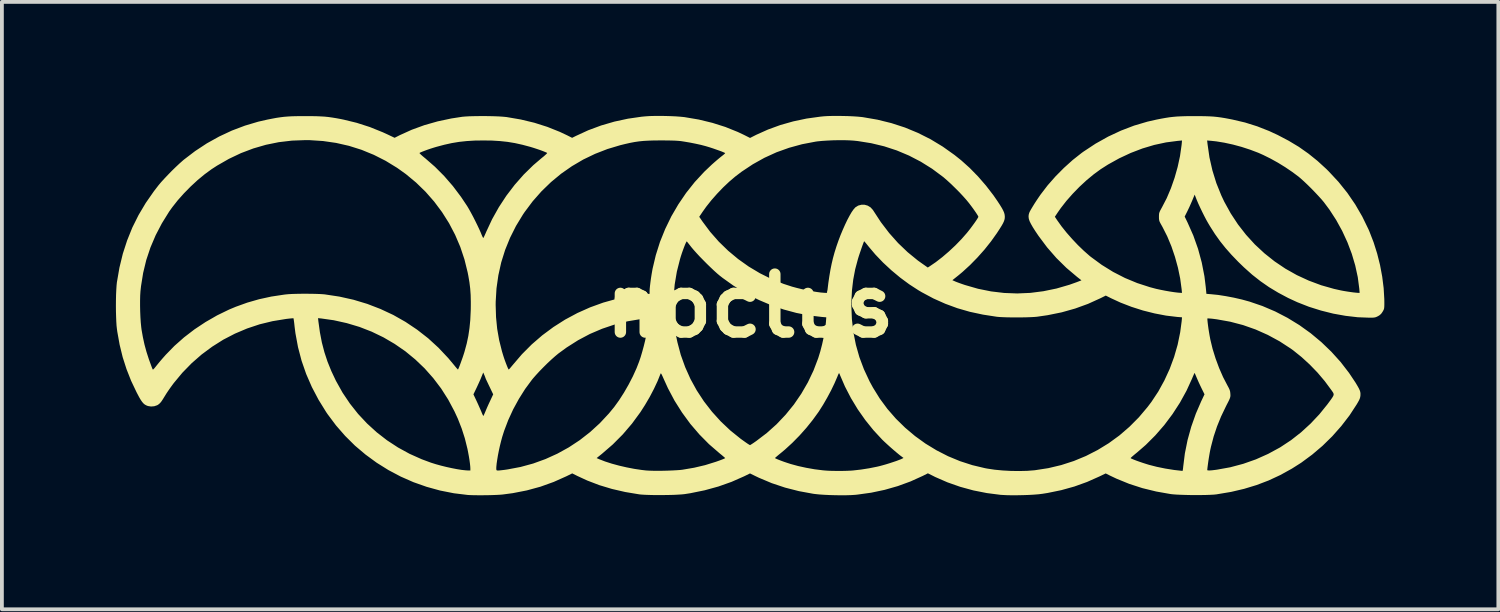
<source format=kicad_pcb>
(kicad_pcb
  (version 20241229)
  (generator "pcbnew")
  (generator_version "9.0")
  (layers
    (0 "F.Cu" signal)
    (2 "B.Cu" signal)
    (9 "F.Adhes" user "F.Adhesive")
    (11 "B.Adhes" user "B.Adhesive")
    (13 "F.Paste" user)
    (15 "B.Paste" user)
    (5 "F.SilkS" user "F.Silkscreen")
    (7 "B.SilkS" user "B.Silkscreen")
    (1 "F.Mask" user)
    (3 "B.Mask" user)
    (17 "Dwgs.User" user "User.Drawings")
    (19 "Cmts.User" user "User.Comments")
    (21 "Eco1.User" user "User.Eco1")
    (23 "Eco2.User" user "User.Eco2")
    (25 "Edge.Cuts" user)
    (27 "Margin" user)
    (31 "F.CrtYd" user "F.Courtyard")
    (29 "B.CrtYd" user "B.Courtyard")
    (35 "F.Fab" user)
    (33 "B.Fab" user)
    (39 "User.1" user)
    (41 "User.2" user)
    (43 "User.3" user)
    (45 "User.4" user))
  (footprint "noctus"
    (layer "F.Cu")
    (at 16.686 4.998)
    (property "Reference" "noctus" (at 0 0 0) (layer "F.SilkS") (effects (font (size 1.524 1.524) (thickness 0.3))))
    (attr through_hole)
    (fp_poly (pts (xy 2.436 -4.996) (xy 2.576 -4.993) (xy 2.711 -4.987) (xy 2.833 -4.979) (xy 2.936 -4.969) (xy 2.969 -4.965) (xy 3.352 -4.899) (xy 3.721 -4.808) (xy 4.078 -4.692) (xy 4.421 -4.55) (xy 4.753 -4.383) (xy 5.072 -4.19) (xy 5.38 -3.971) (xy 5.558 -3.829) (xy 5.782 -3.628) (xy 6.001 -3.404) (xy 6.21 -3.163) (xy 6.405 -2.91) (xy 6.51 -2.758) (xy 6.575 -2.659) (xy 6.624 -2.579) (xy 6.66 -2.513) (xy 6.684 -2.459) (xy 6.698 -2.411) (xy 6.704 -2.365) (xy 6.705 -2.343) (xy 6.703 -2.303) (xy 6.695 -2.263) (xy 6.68 -2.22) (xy 6.656 -2.169) (xy 6.621 -2.107) (xy 6.573 -2.03) (xy 6.511 -1.935) (xy 6.496 -1.912) (xy 6.342 -1.696) (xy 6.17 -1.48) (xy 5.983 -1.27) (xy 5.789 -1.072) (xy 5.592 -0.892) (xy 5.493 -0.809) (xy 5.325 -0.675) (xy 5.401 -0.641) (xy 5.443 -0.624) (xy 5.505 -0.601) (xy 5.578 -0.575) (xy 5.654 -0.549) (xy 5.661 -0.547) (xy 6.001 -0.449) (xy 6.343 -0.38) (xy 6.687 -0.339) (xy 7.032 -0.326) (xy 7.378 -0.341) (xy 7.722 -0.385) (xy 8.066 -0.456) (xy 8.406 -0.555) (xy 8.591 -0.621) (xy 8.722 -0.671) (xy 8.605 -0.763) (xy 8.325 -1) (xy 8.062 -1.259) (xy 7.818 -1.539) (xy 7.592 -1.841) (xy 7.507 -1.967) (xy 7.441 -2.071) (xy 7.392 -2.157) (xy 7.357 -2.228) (xy 7.337 -2.289) (xy 7.33 -2.343) (xy 7.33 -2.344) (xy 8.022 -2.344) (xy 8.086 -2.248) (xy 8.199 -2.09) (xy 8.331 -1.925) (xy 8.477 -1.759) (xy 8.63 -1.597) (xy 8.785 -1.448) (xy 8.936 -1.315) (xy 8.971 -1.287) (xy 9.256 -1.078) (xy 9.555 -0.893) (xy 9.867 -0.733) (xy 10.19 -0.599) (xy 10.523 -0.491) (xy 10.689 -0.447) (xy 10.805 -0.422) (xy 10.926 -0.398) (xy 11.046 -0.377) (xy 11.158 -0.36) (xy 11.256 -0.348) (xy 11.32 -0.343) (xy 11.367 -0.341) (xy 11.358 -0.437) (xy 11.32 -0.718) (xy 11.261 -1.003) (xy 11.183 -1.288) (xy 11.089 -1.565) (xy 10.979 -1.829) (xy 10.855 -2.074) (xy 10.831 -2.117) (xy 10.799 -2.174) (xy 10.778 -2.216) (xy 10.767 -2.252) (xy 10.762 -2.291) (xy 10.761 -2.341) (xy 10.761 -2.344) (xy 10.762 -2.391) (xy 10.765 -2.428) (xy 10.774 -2.461) (xy 10.79 -2.499) (xy 10.817 -2.549) (xy 10.841 -2.593) (xy 10.966 -2.834) (xy 11.077 -3.096) (xy 11.173 -3.371) (xy 11.253 -3.654) (xy 11.315 -3.939) (xy 11.355 -4.219) (xy 11.359 -4.253) (xy 11.368 -4.351) (xy 11.256 -4.341) (xy 10.948 -4.301) (xy 10.637 -4.234) (xy 10.326 -4.141) (xy 10.018 -4.023) (xy 9.716 -3.882) (xy 9.422 -3.719) (xy 9.226 -3.594) (xy 9.042 -3.459) (xy 8.855 -3.304) (xy 8.669 -3.132) (xy 8.491 -2.949) (xy 8.326 -2.762) (xy 8.18 -2.575) (xy 8.1 -2.461) (xy 8.022 -2.344) (xy 7.33 -2.344) (xy 7.333 -2.394) (xy 7.347 -2.445) (xy 7.363 -2.482) (xy 7.394 -2.538) (xy 7.436 -2.608) (xy 7.485 -2.688) (xy 7.541 -2.774) (xy 7.599 -2.86) (xy 7.649 -2.932) (xy 7.832 -3.171) (xy 8.038 -3.405) (xy 8.26 -3.629) (xy 8.492 -3.838) (xy 8.729 -4.025) (xy 8.775 -4.058) (xy 9.095 -4.269) (xy 9.242 -4.351) (xy 12.029 -4.351) (xy 12.039 -4.26) (xy 12.09 -3.906) (xy 12.168 -3.563) (xy 12.271 -3.23) (xy 12.402 -2.905) (xy 12.48 -2.74) (xy 12.65 -2.432) (xy 12.841 -2.142) (xy 13.053 -1.87) (xy 13.285 -1.616) (xy 13.536 -1.383) (xy 13.804 -1.17) (xy 14.089 -0.978) (xy 14.389 -0.809) (xy 14.703 -0.664) (xy 15.03 -0.542) (xy 15.368 -0.446) (xy 15.552 -0.405) (xy 15.627 -0.391) (xy 15.712 -0.377) (xy 15.799 -0.364) (xy 15.88 -0.353) (xy 15.948 -0.346) (xy 15.994 -0.342) (xy 16.042 -0.341) (xy 16.033 -0.451) (xy 15.993 -0.755) (xy 15.926 -1.063) (xy 15.835 -1.37) (xy 15.72 -1.674) (xy 15.583 -1.971) (xy 15.425 -2.258) (xy 15.248 -2.531) (xy 15.101 -2.728) (xy 15.038 -2.803) (xy 14.958 -2.891) (xy 14.868 -2.987) (xy 14.772 -3.086) (xy 14.675 -3.182) (xy 14.581 -3.271) (xy 14.497 -3.347) (xy 14.433 -3.401) (xy 14.268 -3.524) (xy 14.085 -3.648) (xy 13.892 -3.767) (xy 13.695 -3.876) (xy 13.503 -3.971) (xy 13.375 -4.028) (xy 13.161 -4.109) (xy 12.937 -4.182) (xy 12.708 -4.244) (xy 12.483 -4.293) (xy 12.269 -4.328) (xy 12.139 -4.342) (xy 12.029 -4.351) (xy 9.242 -4.351) (xy 9.424 -4.453) (xy 9.762 -4.611) (xy 10.107 -4.743) (xy 10.459 -4.847) (xy 10.697 -4.901) (xy 10.825 -4.926) (xy 10.937 -4.946) (xy 11.039 -4.962) (xy 11.137 -4.973) (xy 11.237 -4.982) (xy 11.344 -4.987) (xy 11.464 -4.991) (xy 11.603 -4.992) (xy 11.698 -4.992) (xy 11.851 -4.992) (xy 11.981 -4.99) (xy 12.095 -4.986) (xy 12.197 -4.98) (xy 12.294 -4.97) (xy 12.392 -4.957) (xy 12.497 -4.94) (xy 12.614 -4.918) (xy 12.7 -4.901) (xy 13.028 -4.824) (xy 13.346 -4.724) (xy 13.659 -4.601) (xy 13.886 -4.496) (xy 14.175 -4.344) (xy 14.443 -4.183) (xy 14.693 -4.007) (xy 14.933 -3.814) (xy 15.168 -3.599) (xy 15.229 -3.538) (xy 15.486 -3.262) (xy 15.718 -2.973) (xy 15.926 -2.669) (xy 16.111 -2.35) (xy 16.275 -2.013) (xy 16.301 -1.952) (xy 16.41 -1.671) (xy 16.503 -1.376) (xy 16.579 -1.073) (xy 16.636 -0.768) (xy 16.674 -0.466) (xy 16.691 -0.175) (xy 16.692 -0.099) (xy 16.692 -0.024) (xy 16.69 0.028) (xy 16.686 0.066) (xy 16.678 0.095) (xy 16.665 0.122) (xy 16.646 0.155) (xy 16.646 0.156) (xy 16.607 0.211) (xy 16.562 0.25) (xy 16.523 0.273) (xy 16.485 0.291) (xy 16.451 0.303) (xy 16.412 0.309) (xy 16.36 0.312) (xy 16.303 0.312) (xy 15.992 0.3) (xy 15.672 0.263) (xy 15.348 0.205) (xy 15.025 0.124) (xy 14.707 0.024) (xy 14.401 -0.096) (xy 14.161 -0.207) (xy 13.9 -0.346) (xy 13.659 -0.491) (xy 13.433 -0.648) (xy 13.214 -0.82) (xy 12.998 -1.013) (xy 12.849 -1.157) (xy 12.671 -1.342) (xy 12.513 -1.521) (xy 12.37 -1.7) (xy 12.236 -1.888) (xy 12.107 -2.09) (xy 12.054 -2.179) (xy 12.007 -2.262) (xy 11.954 -2.363) (xy 11.899 -2.473) (xy 11.845 -2.586) (xy 11.796 -2.692) (xy 11.756 -2.786) (xy 11.741 -2.824) (xy 11.701 -2.927) (xy 11.635 -2.767) (xy 11.6 -2.687) (xy 11.562 -2.601) (xy 11.524 -2.521) (xy 11.503 -2.478) (xy 11.438 -2.349) (xy 11.515 -2.19) (xy 11.666 -1.849) (xy 11.79 -1.499) (xy 11.887 -1.141) (xy 11.958 -0.777) (xy 11.992 -0.5) (xy 12.01 -0.316) (xy 12.131 -0.306) (xy 12.319 -0.287) (xy 12.522 -0.255) (xy 12.733 -0.215) (xy 12.942 -0.167) (xy 13.139 -0.113) (xy 13.14 -0.113) (xy 13.485 0.005) (xy 13.82 0.148) (xy 14.144 0.316) (xy 14.456 0.507) (xy 14.753 0.72) (xy 15.034 0.954) (xy 15.297 1.207) (xy 15.541 1.477) (xy 15.763 1.765) (xy 15.934 2.021) (xy 15.984 2.105) (xy 16.021 2.171) (xy 16.045 2.223) (xy 16.059 2.267) (xy 16.064 2.309) (xy 16.063 2.353) (xy 16.063 2.36) (xy 16.057 2.401) (xy 16.046 2.44) (xy 16.027 2.484) (xy 15.996 2.54) (xy 15.965 2.593) (xy 15.775 2.884) (xy 15.559 3.164) (xy 15.322 3.432) (xy 15.066 3.683) (xy 14.793 3.915) (xy 14.506 4.127) (xy 14.259 4.284) (xy 13.957 4.451) (xy 13.65 4.594) (xy 13.333 4.715) (xy 13.004 4.815) (xy 12.66 4.896) (xy 12.296 4.957) (xy 12.274 4.961) (xy 12.202 4.968) (xy 12.107 4.973) (xy 11.994 4.977) (xy 11.869 4.979) (xy 11.735 4.98) (xy 11.599 4.979) (xy 11.465 4.976) (xy 11.34 4.972) (xy 11.227 4.967) (xy 11.132 4.96) (xy 11.068 4.953) (xy 10.69 4.886) (xy 10.326 4.797) (xy 9.977 4.684) (xy 9.644 4.548) (xy 9.471 4.466) (xy 9.36 4.41) (xy 9.194 4.49) (xy 8.87 4.634) (xy 8.537 4.754) (xy 8.192 4.85) (xy 7.832 4.924) (xy 7.7 4.945) (xy 7.598 4.958) (xy 7.474 4.968) (xy 7.335 4.976) (xy 7.187 4.981) (xy 7.037 4.984) (xy 6.891 4.985) (xy 6.755 4.982) (xy 6.637 4.976) (xy 6.59 4.973) (xy 6.232 4.927) (xy 5.878 4.857) (xy 5.531 4.762) (xy 5.195 4.644) (xy 4.874 4.504) (xy 4.809 4.471) (xy 4.681 4.407) (xy 4.546 4.475) (xy 4.226 4.62) (xy 3.89 4.743) (xy 3.543 4.842) (xy 3.188 4.917) (xy 2.828 4.967) (xy 2.772 4.973) (xy 2.664 4.98) (xy 2.535 4.984) (xy 2.393 4.985) (xy 2.244 4.983) (xy 2.095 4.979) (xy 1.951 4.972) (xy 1.819 4.963) (xy 1.706 4.951) (xy 1.662 4.945) (xy 1.286 4.876) (xy 0.923 4.783) (xy 0.572 4.666) (xy 0.237 4.525) (xy 0.153 4.485) (xy 0 4.41) (xy -0.153 4.485) (xy -0.484 4.631) (xy -0.831 4.754) (xy -1.194 4.854) (xy -1.572 4.931) (xy -1.72 4.954) (xy -1.796 4.962) (xy -1.893 4.968) (xy -2.008 4.974) (xy -2.136 4.977) (xy -2.27 4.979) (xy -2.405 4.98) (xy -2.538 4.979) (xy -2.661 4.976) (xy -2.77 4.972) (xy -2.861 4.966) (xy -2.912 4.961) (xy -3.283 4.899) (xy -3.634 4.818) (xy -3.966 4.718) (xy -4.282 4.597) (xy -4.54 4.478) (xy -4.678 4.409) (xy -4.83 4.484) (xy -5.166 4.634) (xy -5.514 4.759) (xy -5.873 4.857) (xy -6.242 4.929) (xy -6.512 4.965) (xy -6.587 4.971) (xy -6.684 4.976) (xy -6.796 4.98) (xy -6.916 4.983) (xy -7.039 4.984) (xy -7.158 4.984) (xy -7.267 4.983) (xy -7.359 4.98) (xy -7.423 4.977) (xy -7.792 4.932) (xy -8.156 4.86) (xy -8.511 4.762) (xy -8.857 4.64) (xy -9.191 4.493) (xy -9.514 4.322) (xy -9.823 4.129) (xy -10.117 3.914) (xy -10.395 3.679) (xy -10.654 3.422) (xy -10.894 3.147) (xy -11.114 2.853) (xy -11.151 2.799) (xy -11.354 2.471) (xy -11.53 2.136) (xy -11.679 1.794) (xy -11.8 1.445) (xy -11.894 1.087) (xy -11.962 0.72) (xy -11.984 0.547) (xy -11.992 0.472) (xy -12 0.408) (xy -12.007 0.36) (xy -12.012 0.332) (xy -12.013 0.328) (xy -12.028 0.327) (xy -12.066 0.33) (xy -12.122 0.335) (xy -12.191 0.343) (xy -12.214 0.346) (xy -12.563 0.403) (xy -12.904 0.486) (xy -13.234 0.596) (xy -13.553 0.731) (xy -13.86 0.89) (xy -14.152 1.074) (xy -14.43 1.28) (xy -14.692 1.509) (xy -14.937 1.76) (xy -15.163 2.032) (xy -15.201 2.083) (xy -15.254 2.156) (xy -15.309 2.235) (xy -15.36 2.311) (xy -15.399 2.375) (xy -15.4 2.376) (xy -15.448 2.454) (xy -15.486 2.512) (xy -15.52 2.554) (xy -15.552 2.584) (xy -15.586 2.608) (xy -15.603 2.617) (xy -15.678 2.642) (xy -15.762 2.649) (xy -15.844 2.636) (xy -15.891 2.617) (xy -15.929 2.595) (xy -15.963 2.566) (xy -15.996 2.527) (xy -16.033 2.474) (xy -16.074 2.404) (xy -16.122 2.313) (xy -16.142 2.275) (xy -16.286 1.972) (xy -16.407 1.665) (xy -16.508 1.35) (xy -16.588 1.022) (xy -16.65 0.677) (xy -16.659 0.611) (xy -16.669 0.522) (xy -16.676 0.41) (xy -16.681 0.282) (xy -16.685 0.142) (xy -16.686 0.002) (xy -16.05 0.002) (xy -16.047 0.151) (xy -16.041 0.298) (xy -16.032 0.436) (xy -16.02 0.557) (xy -16.012 0.622) (xy -15.976 0.825) (xy -15.934 1.018) (xy -15.882 1.209) (xy -15.819 1.405) (xy -15.742 1.616) (xy -15.724 1.66) (xy -15.718 1.673) (xy -15.709 1.676) (xy -15.694 1.665) (xy -15.67 1.639) (xy -15.633 1.593) (xy -15.618 1.574) (xy -15.573 1.519) (xy -15.516 1.45) (xy -15.453 1.377) (xy -15.39 1.306) (xy -15.378 1.292) (xy -15.147 1.055) (xy -14.893 0.83) (xy -14.618 0.619) (xy -14.327 0.426) (xy -14.149 0.324) (xy -11.367 0.324) (xy -11.358 0.407) (xy -11.318 0.696) (xy -11.266 0.966) (xy -11.199 1.222) (xy -11.117 1.47) (xy -11.017 1.717) (xy -10.898 1.969) (xy -10.891 1.982) (xy -10.721 2.286) (xy -10.527 2.574) (xy -10.313 2.844) (xy -10.078 3.095) (xy -9.824 3.327) (xy -9.552 3.538) (xy -9.263 3.727) (xy -8.958 3.894) (xy -8.638 4.037) (xy -8.395 4.127) (xy -8.268 4.167) (xy -8.131 4.205) (xy -7.989 4.24) (xy -7.847 4.271) (xy -7.713 4.297) (xy -7.59 4.317) (xy -7.484 4.328) (xy -7.426 4.332) (xy -7.359 4.333) (xy -7.359 4.274) (xy -6.677 4.274) (xy -6.675 4.311) (xy -6.667 4.328) (xy -6.643 4.333) (xy -6.623 4.333) (xy -6.589 4.331) (xy -6.535 4.325) (xy -6.466 4.317) (xy -6.391 4.306) (xy -6.378 4.304) (xy -6.038 4.24) (xy -5.705 4.149) (xy -5.382 4.032) (xy -5.325 4.006) (xy -4.036 4.006) (xy -3.968 4.036) (xy -3.813 4.096) (xy -3.636 4.153) (xy -3.445 4.205) (xy -3.245 4.251) (xy -3.044 4.29) (xy -2.848 4.319) (xy -2.735 4.332) (xy -2.653 4.337) (xy -2.55 4.34) (xy -2.431 4.341) (xy -2.304 4.34) (xy -2.175 4.337) (xy -2.049 4.332) (xy -1.935 4.326) (xy -1.837 4.319) (xy -1.776 4.312) (xy -1.472 4.26) (xy -1.182 4.192) (xy -0.896 4.103) (xy -0.795 4.067) (xy -0.737 4.045) (xy -0.69 4.026) (xy -0.661 4.012) (xy -0.653 4.006) (xy -0.655 4.005) (xy 0.657 4.005) (xy 0.668 4.013) (xy 0.701 4.029) (xy 0.752 4.05) (xy 0.816 4.075) (xy 0.889 4.102) (xy 0.966 4.128) (xy 1.043 4.153) (xy 1.067 4.161) (xy 1.265 4.215) (xy 1.48 4.262) (xy 1.701 4.301) (xy 1.917 4.328) (xy 1.96 4.332) (xy 2.057 4.339) (xy 2.173 4.343) (xy 2.301 4.344) (xy 2.43 4.344) (xy 2.553 4.341) (xy 2.662 4.336) (xy 2.713 4.332) (xy 2.923 4.308) (xy 3.138 4.274) (xy 3.343 4.233) (xy 3.407 4.218) (xy 3.485 4.197) (xy 3.574 4.172) (xy 3.668 4.143) (xy 3.762 4.112) (xy 3.849 4.083) (xy 3.923 4.055) (xy 3.979 4.033) (xy 3.998 4.024) (xy 4.04 4.003) (xy 3.998 3.972) (xy 3.938 3.927) (xy 3.864 3.866) (xy 3.78 3.795) (xy 3.693 3.719) (xy 3.609 3.643) (xy 3.532 3.572) (xy 3.478 3.52) (xy 3.249 3.273) (xy 3.034 3.006) (xy 2.835 2.723) (xy 2.656 2.427) (xy 2.499 2.124) (xy 2.367 1.819) (xy 2.357 1.793) (xy 2.349 1.776) (xy 2.341 1.772) (xy 2.332 1.786) (xy 2.316 1.82) (xy 2.3 1.861) (xy 2.224 2.037) (xy 2.134 2.224) (xy 2.032 2.415) (xy 1.924 2.602) (xy 1.813 2.777) (xy 1.798 2.799) (xy 1.65 3.003) (xy 1.483 3.211) (xy 1.302 3.414) (xy 1.113 3.606) (xy 0.923 3.78) (xy 0.824 3.863) (xy 0.766 3.91) (xy 0.717 3.951) (xy 0.68 3.983) (xy 0.66 4.001) (xy 0.657 4.005) (xy -0.655 4.005) (xy -0.664 3.995) (xy -0.693 3.97) (xy -0.736 3.933) (xy -0.789 3.89) (xy -0.806 3.876) (xy -1.079 3.64) (xy -1.334 3.382) (xy -1.572 3.104) (xy -1.789 2.807) (xy -1.986 2.495) (xy -2.159 2.169) (xy -2.267 1.932) (xy -2.299 1.86) (xy -2.322 1.811) (xy -2.337 1.785) (xy -2.348 1.777) (xy -2.353 1.783) (xy -2.431 1.978) (xy -2.528 2.185) (xy -2.639 2.397) (xy -2.762 2.607) (xy -2.885 2.799) (xy -3.106 3.1) (xy -3.348 3.383) (xy -3.612 3.648) (xy -3.894 3.892) (xy -4.036 4.006) (xy -5.325 4.006) (xy -5.069 3.89) (xy -4.768 3.724) (xy -4.48 3.534) (xy -4.208 3.322) (xy -3.952 3.088) (xy -3.714 2.833) (xy -3.575 2.664) (xy -3.445 2.484) (xy -3.316 2.283) (xy -3.194 2.071) (xy -3.082 1.854) (xy -2.985 1.64) (xy -2.919 1.47) (xy -2.877 1.347) (xy -2.836 1.208) (xy -2.796 1.062) (xy -2.761 0.919) (xy -2.734 0.789) (xy -2.722 0.724) (xy -2.71 0.647) (xy -2.699 0.568) (xy -2.689 0.493) (xy -2.682 0.426) (xy -2.677 0.373) (xy -2.676 0.339) (xy -2.677 0.33) (xy -2.693 0.329) (xy -2.731 0.332) (xy -2.786 0.338) (xy -2.854 0.345) (xy -2.865 0.347) (xy -3.218 0.406) (xy -3.56 0.491) (xy -3.892 0.603) (xy -4.213 0.74) (xy -4.524 0.905) (xy -4.825 1.096) (xy -5.043 1.255) (xy -5.126 1.324) (xy -5.222 1.409) (xy -5.326 1.506) (xy -5.431 1.61) (xy -5.534 1.715) (xy -5.628 1.817) (xy -5.709 1.909) (xy -5.739 1.946) (xy -5.917 2.187) (xy -6.082 2.449) (xy -6.232 2.723) (xy -6.362 3.006) (xy -6.47 3.29) (xy -6.522 3.454) (xy -6.552 3.566) (xy -6.582 3.687) (xy -6.609 3.811) (xy -6.633 3.933) (xy -6.652 4.048) (xy -6.667 4.15) (xy -6.675 4.233) (xy -6.677 4.274) (xy -7.359 4.274) (xy -7.362 4.221) (xy -7.37 4.147) (xy -7.382 4.057) (xy -7.398 3.959) (xy -7.417 3.857) (xy -7.436 3.76) (xy -7.437 3.757) (xy -7.504 3.487) (xy -7.587 3.228) (xy -7.688 2.97) (xy -7.777 2.777) (xy -7.942 2.467) (xy -8.03 2.329) (xy -7.278 2.329) (xy -7.192 2.511) (xy -7.157 2.587) (xy -7.122 2.666) (xy -7.091 2.736) (xy -7.067 2.791) (xy -7.066 2.795) (xy -7.046 2.843) (xy -7.029 2.879) (xy -7.019 2.897) (xy -7.018 2.898) (xy -7.009 2.885) (xy -6.994 2.853) (xy -6.974 2.807) (xy -6.969 2.795) (xy -6.947 2.742) (xy -6.917 2.672) (xy -6.882 2.594) (xy -6.846 2.517) (xy -6.843 2.511) (xy -6.758 2.329) (xy -6.859 2.118) (xy -6.893 2.047) (xy -6.922 1.986) (xy -6.945 1.938) (xy -6.958 1.907) (xy -6.961 1.899) (xy -6.966 1.883) (xy -6.979 1.849) (xy -6.99 1.823) (xy -7.02 1.754) (xy -7.068 1.872) (xy -7.093 1.933) (xy -7.127 2.009) (xy -7.164 2.09) (xy -7.196 2.159) (xy -7.278 2.329) (xy -8.03 2.329) (xy -8.128 2.175) (xy -8.336 1.901) (xy -8.563 1.645) (xy -8.809 1.41) (xy -9.072 1.194) (xy -9.352 1.001) (xy -9.646 0.829) (xy -9.955 0.68) (xy -10.276 0.555) (xy -10.61 0.455) (xy -10.953 0.379) (xy -11.277 0.333) (xy -11.367 0.324) (xy -14.149 0.324) (xy -14.023 0.251) (xy -13.708 0.098) (xy -13.531 0.024) (xy -13.228 -0.085) (xy -12.918 -0.174) (xy -12.597 -0.244) (xy -12.259 -0.295) (xy -12.21 -0.301) (xy -12.132 -0.308) (xy -12.033 -0.313) (xy -11.916 -0.316) (xy -11.79 -0.318) (xy -11.659 -0.318) (xy -11.531 -0.317) (xy -11.41 -0.314) (xy -11.302 -0.31) (xy -11.215 -0.304) (xy -11.187 -0.301) (xy -10.804 -0.243) (xy -10.432 -0.16) (xy -10.071 -0.051) (xy -9.723 0.083) (xy -9.387 0.24) (xy -9.066 0.422) (xy -8.76 0.627) (xy -8.469 0.854) (xy -8.196 1.104) (xy -7.94 1.376) (xy -7.789 1.557) (xy -7.749 1.606) (xy -7.716 1.645) (xy -7.693 1.67) (xy -7.685 1.676) (xy -7.677 1.664) (xy -7.662 1.629) (xy -7.641 1.577) (xy -7.617 1.512) (xy -7.591 1.44) (xy -7.564 1.365) (xy -7.54 1.293) (xy -7.519 1.227) (xy -7.509 1.193) (xy -7.454 0.99) (xy -7.412 0.79) (xy -7.382 0.588) (xy -7.361 0.375) (xy -7.35 0.143) (xy -7.348 0.091) (xy -7.347 -0.021) (xy -6.693 -0.021) (xy -6.683 0.299) (xy -6.653 0.605) (xy -6.601 0.902) (xy -6.527 1.197) (xy -6.497 1.297) (xy -6.473 1.372) (xy -6.446 1.449) (xy -6.419 1.521) (xy -6.394 1.585) (xy -6.373 1.635) (xy -6.357 1.667) (xy -6.35 1.676) (xy -6.337 1.666) (xy -6.311 1.637) (xy -6.276 1.595) (xy -6.24 1.552) (xy -6.002 1.274) (xy -5.744 1.015) (xy -5.467 0.776) (xy -5.173 0.558) (xy -4.865 0.362) (xy -4.542 0.189) (xy -4.403 0.127) (xy -2.015 0.127) (xy -1.991 0.473) (xy -1.94 0.816) (xy -1.91 0.959) (xy -1.822 1.29) (xy -1.706 1.613) (xy -1.566 1.926) (xy -1.401 2.226) (xy -1.212 2.514) (xy -1.001 2.786) (xy -0.769 3.042) (xy -0.517 3.28) (xy -0.245 3.499) (xy -0.115 3.592) (xy -0.067 3.625) (xy -0.028 3.65) (xy -0.004 3.663) (xy 0.001 3.665) (xy 0.015 3.657) (xy 0.049 3.636) (xy 0.096 3.605) (xy 0.152 3.566) (xy 0.165 3.557) (xy 0.441 3.347) (xy 0.699 3.116) (xy 0.937 2.865) (xy 1.155 2.597) (xy 1.35 2.312) (xy 1.523 2.013) (xy 1.671 1.702) (xy 1.794 1.379) (xy 1.795 1.376) (xy 1.849 1.201) (xy 1.897 1.016) (xy 1.938 0.829) (xy 1.971 0.648) (xy 1.992 0.481) (xy 1.998 0.425) (xy 2.007 0.302) (xy 1.888 0.292) (xy 1.555 0.252) (xy 1.219 0.186) (xy 0.885 0.096) (xy 0.607 0) (xy 2.667 0) (xy 2.681 0.352) (xy 2.72 0.693) (xy 2.786 1.025) (xy 2.878 1.35) (xy 2.998 1.67) (xy 3.145 1.985) (xy 3.236 2.152) (xy 3.415 2.441) (xy 3.616 2.713) (xy 3.839 2.969) (xy 4.082 3.207) (xy 4.342 3.426) (xy 4.618 3.625) (xy 4.909 3.802) (xy 5.212 3.957) (xy 5.526 4.087) (xy 5.85 4.192) (xy 6.181 4.271) (xy 6.244 4.283) (xy 6.437 4.312) (xy 6.647 4.332) (xy 6.865 4.344) (xy 7.084 4.347) (xy 7.294 4.342) (xy 7.486 4.327) (xy 7.501 4.325) (xy 7.85 4.271) (xy 8.19 4.19) (xy 8.521 4.083) (xy 8.707 4.006) (xy 10.015 4.006) (xy 10.028 4.016) (xy 10.063 4.032) (xy 10.117 4.054) (xy 10.185 4.08) (xy 10.262 4.107) (xy 10.344 4.135) (xy 10.426 4.161) (xy 10.497 4.183) (xy 10.704 4.236) (xy 10.929 4.282) (xy 11.162 4.319) (xy 11.322 4.337) (xy 11.358 4.341) (xy 11.379 4.344) (xy 11.38 4.345) (xy 11.386 4.333) (xy 11.388 4.322) (xy 12.032 4.322) (xy 12.046 4.33) (xy 12.087 4.332) (xy 12.153 4.328) (xy 12.245 4.317) (xy 12.288 4.311) (xy 12.638 4.248) (xy 12.979 4.157) (xy 13.312 4.04) (xy 13.634 3.896) (xy 13.945 3.727) (xy 13.964 3.715) (xy 14.238 3.534) (xy 14.501 3.328) (xy 14.75 3.1) (xy 14.982 2.854) (xy 15.194 2.592) (xy 15.23 2.543) (xy 15.284 2.47) (xy 15.322 2.415) (xy 15.346 2.375) (xy 15.358 2.343) (xy 15.357 2.315) (xy 15.345 2.286) (xy 15.323 2.252) (xy 15.291 2.207) (xy 15.123 1.98) (xy 14.934 1.757) (xy 14.729 1.545) (xy 14.514 1.348) (xy 14.295 1.172) (xy 14.233 1.127) (xy 13.935 0.933) (xy 13.625 0.765) (xy 13.304 0.622) (xy 12.974 0.506) (xy 12.634 0.417) (xy 12.286 0.355) (xy 12.234 0.348) (xy 12.164 0.339) (xy 12.104 0.334) (xy 12.061 0.331) (xy 12.039 0.331) (xy 12.037 0.332) (xy 12.035 0.349) (xy 12.038 0.39) (xy 12.044 0.449) (xy 12.053 0.521) (xy 12.064 0.603) (xy 12.078 0.689) (xy 12.092 0.774) (xy 12.107 0.853) (xy 12.112 0.881) (xy 12.172 1.13) (xy 12.251 1.385) (xy 12.344 1.636) (xy 12.449 1.876) (xy 12.563 2.095) (xy 12.597 2.158) (xy 12.619 2.206) (xy 12.632 2.247) (xy 12.638 2.289) (xy 12.64 2.316) (xy 12.642 2.349) (xy 12.641 2.377) (xy 12.636 2.404) (xy 12.626 2.436) (xy 12.608 2.478) (xy 12.581 2.533) (xy 12.543 2.606) (xy 12.525 2.642) (xy 12.396 2.911) (xy 12.289 3.174) (xy 12.201 3.437) (xy 12.13 3.708) (xy 12.112 3.789) (xy 12.1 3.85) (xy 12.087 3.925) (xy 12.073 4.009) (xy 12.06 4.093) (xy 12.049 4.174) (xy 12.04 4.243) (xy 12.034 4.296) (xy 12.032 4.322) (xy 11.388 4.322) (xy 11.392 4.299) (xy 11.398 4.25) (xy 11.399 4.237) (xy 11.443 3.885) (xy 11.514 3.531) (xy 11.611 3.181) (xy 11.732 2.837) (xy 11.876 2.504) (xy 11.877 2.503) (xy 11.96 2.328) (xy 11.885 2.176) (xy 11.848 2.099) (xy 11.808 2.014) (xy 11.773 1.934) (xy 11.755 1.893) (xy 11.732 1.838) (xy 11.713 1.795) (xy 11.701 1.77) (xy 11.697 1.766) (xy 11.69 1.78) (xy 11.675 1.815) (xy 11.653 1.864) (xy 11.634 1.911) (xy 11.486 2.234) (xy 11.313 2.548) (xy 11.117 2.85) (xy 10.901 3.138) (xy 10.666 3.408) (xy 10.415 3.659) (xy 10.188 3.856) (xy 10.129 3.904) (xy 10.078 3.947) (xy 10.04 3.98) (xy 10.019 4.001) (xy 10.015 4.006) (xy 8.707 4.006) (xy 8.84 3.951) (xy 9.147 3.794) (xy 9.441 3.614) (xy 9.721 3.41) (xy 9.984 3.183) (xy 10.231 2.935) (xy 10.459 2.665) (xy 10.562 2.529) (xy 10.743 2.256) (xy 10.903 1.965) (xy 11.043 1.661) (xy 11.16 1.345) (xy 11.253 1.022) (xy 11.32 0.696) (xy 11.359 0.403) (xy 11.368 0.302) (xy 11.242 0.292) (xy 10.948 0.257) (xy 10.645 0.199) (xy 10.339 0.122) (xy 10.038 0.026) (xy 9.748 -0.086) (xy 9.501 -0.2) (xy 9.362 -0.27) (xy 9.219 -0.199) (xy 8.895 -0.052) (xy 8.556 0.071) (xy 8.201 0.171) (xy 7.832 0.246) (xy 7.55 0.287) (xy 7.475 0.293) (xy 7.377 0.298) (xy 7.263 0.302) (xy 7.139 0.304) (xy 7.009 0.305) (xy 6.88 0.304) (xy 6.758 0.302) (xy 6.647 0.298) (xy 6.554 0.293) (xy 6.492 0.287) (xy 6.13 0.231) (xy 5.785 0.157) (xy 5.456 0.062) (xy 5.138 -0.055) (xy 4.827 -0.194) (xy 4.52 -0.358) (xy 4.427 -0.413) (xy 4.19 -0.567) (xy 3.953 -0.742) (xy 3.721 -0.935) (xy 3.501 -1.139) (xy 3.299 -1.35) (xy 3.132 -1.547) (xy 3.087 -1.603) (xy 3.049 -1.65) (xy 3.02 -1.683) (xy 3.005 -1.7) (xy 3.004 -1.701) (xy 2.995 -1.683) (xy 2.98 -1.644) (xy 2.959 -1.588) (xy 2.935 -1.52) (xy 2.91 -1.446) (xy 2.884 -1.371) (xy 2.861 -1.301) (xy 2.842 -1.239) (xy 2.841 -1.236) (xy 2.768 -0.963) (xy 2.716 -0.689) (xy 2.683 -0.408) (xy 2.668 -0.113) (xy 2.667 0) (xy 0.607 0) (xy 0.558 -0.017) (xy 0.244 -0.15) (xy 0.171 -0.185) (xy -0.143 -0.351) (xy -0.436 -0.532) (xy -0.715 -0.731) (xy -0.795 -0.793) (xy -0.864 -0.851) (xy -0.946 -0.925) (xy -1.038 -1.012) (xy -1.136 -1.107) (xy -1.233 -1.205) (xy -1.328 -1.302) (xy -1.413 -1.394) (xy -1.486 -1.476) (xy -1.541 -1.541) (xy -1.584 -1.596) (xy -1.621 -1.643) (xy -1.648 -1.677) (xy -1.662 -1.695) (xy -1.663 -1.695) (xy -1.672 -1.688) (xy -1.688 -1.658) (xy -1.71 -1.609) (xy -1.735 -1.545) (xy -1.763 -1.47) (xy -1.792 -1.388) (xy -1.82 -1.302) (xy -1.841 -1.232) (xy -1.925 -0.901) (xy -1.982 -0.562) (xy -2.012 -0.218) (xy -2.015 0.127) (xy -4.403 0.127) (xy -4.208 0.04) (xy -3.863 -0.085) (xy -3.509 -0.184) (xy -3.147 -0.258) (xy -2.823 -0.3) (xy -2.642 -0.317) (xy -2.642 -0.385) (xy -2.64 -0.442) (xy -2.632 -0.521) (xy -2.621 -0.615) (xy -2.607 -0.719) (xy -2.59 -0.827) (xy -2.572 -0.931) (xy -2.563 -0.98) (xy -2.479 -1.334) (xy -2.369 -1.682) (xy -2.232 -2.022) (xy -2.076 -2.343) (xy -1.336 -2.343) (xy -1.251 -2.219) (xy -1.047 -1.946) (xy -0.821 -1.689) (xy -0.576 -1.451) (xy -0.312 -1.231) (xy -0.033 -1.033) (xy 0.26 -0.858) (xy 0.565 -0.706) (xy 0.88 -0.579) (xy 1.11 -0.504) (xy 1.233 -0.471) (xy 1.364 -0.439) (xy 1.5 -0.41) (xy 1.632 -0.385) (xy 1.756 -0.365) (xy 1.866 -0.35) (xy 1.956 -0.343) (xy 1.97 -0.342) (xy 2.03 -0.341) (xy 2.037 -0.401) (xy 2.062 -0.606) (xy 2.089 -0.788) (xy 2.117 -0.953) (xy 2.148 -1.106) (xy 2.183 -1.254) (xy 2.223 -1.4) (xy 2.231 -1.426) (xy 2.276 -1.569) (xy 2.327 -1.715) (xy 2.382 -1.86) (xy 2.441 -2.001) (xy 2.501 -2.136) (xy 2.56 -2.26) (xy 2.619 -2.371) (xy 2.673 -2.464) (xy 2.724 -2.537) (xy 2.768 -2.587) (xy 2.772 -2.591) (xy 2.847 -2.638) (xy 2.93 -2.66) (xy 3.015 -2.66) (xy 3.097 -2.637) (xy 3.171 -2.592) (xy 3.231 -2.527) (xy 3.24 -2.514) (xy 3.443 -2.203) (xy 3.662 -1.916) (xy 3.897 -1.652) (xy 4.148 -1.412) (xy 4.415 -1.194) (xy 4.523 -1.117) (xy 4.678 -1.008) (xy 4.722 -1.036) (xy 4.889 -1.15) (xy 5.062 -1.284) (xy 5.236 -1.433) (xy 5.406 -1.592) (xy 5.565 -1.756) (xy 5.708 -1.919) (xy 5.741 -1.96) (xy 5.799 -2.034) (xy 5.854 -2.108) (xy 5.905 -2.178) (xy 5.949 -2.241) (xy 5.982 -2.292) (xy 6.003 -2.328) (xy 6.009 -2.343) (xy 6.001 -2.364) (xy 5.977 -2.404) (xy 5.941 -2.459) (xy 5.895 -2.525) (xy 5.841 -2.6) (xy 5.782 -2.678) (xy 5.766 -2.699) (xy 5.695 -2.786) (xy 5.607 -2.885) (xy 5.508 -2.991) (xy 5.401 -3.098) (xy 5.294 -3.203) (xy 5.19 -3.298) (xy 5.096 -3.38) (xy 5.077 -3.395) (xy 4.792 -3.607) (xy 4.494 -3.793) (xy 4.184 -3.954) (xy 3.863 -4.089) (xy 3.53 -4.198) (xy 3.188 -4.28) (xy 2.837 -4.336) (xy 2.723 -4.348) (xy 2.609 -4.355) (xy 2.476 -4.359) (xy 2.331 -4.359) (xy 2.181 -4.356) (xy 2.033 -4.349) (xy 1.895 -4.34) (xy 1.775 -4.328) (xy 1.726 -4.321) (xy 1.37 -4.253) (xy 1.028 -4.159) (xy 0.698 -4.041) (xy 0.38 -3.896) (xy 0.075 -3.726) (xy -0.219 -3.531) (xy -0.391 -3.4) (xy -0.547 -3.267) (xy -0.708 -3.115) (xy -0.866 -2.95) (xy -1.016 -2.78) (xy -1.151 -2.61) (xy -1.25 -2.471) (xy -1.336 -2.343) (xy -2.076 -2.343) (xy -2.072 -2.352) (xy -1.887 -2.669) (xy -1.681 -2.972) (xy -1.454 -3.258) (xy -1.206 -3.526) (xy -1.003 -3.719) (xy -0.937 -3.777) (xy -0.87 -3.835) (xy -0.808 -3.887) (xy -0.758 -3.928) (xy -0.742 -3.94) (xy -0.7 -3.973) (xy -0.669 -4) (xy -0.654 -4.017) (xy -0.653 -4.018) (xy -0.666 -4.027) (xy -0.702 -4.043) (xy -0.755 -4.065) (xy -0.822 -4.089) (xy -0.898 -4.116) (xy -0.978 -4.144) (xy -1.058 -4.17) (xy -1.134 -4.193) (xy -1.175 -4.205) (xy -1.293 -4.236) (xy -1.43 -4.266) (xy -1.575 -4.295) (xy -1.722 -4.32) (xy -1.818 -4.335) (xy -1.891 -4.342) (xy -1.99 -4.348) (xy -2.116 -4.351) (xy -2.267 -4.353) (xy -2.358 -4.353) (xy -2.525 -4.352) (xy -2.67 -4.347) (xy -2.799 -4.34) (xy -2.919 -4.328) (xy -3.036 -4.311) (xy -3.157 -4.288) (xy -3.289 -4.258) (xy -3.415 -4.227) (xy -3.752 -4.126) (xy -4.076 -4) (xy -4.388 -3.85) (xy -4.686 -3.675) (xy -4.97 -3.477) (xy -5.237 -3.256) (xy -5.487 -3.014) (xy -5.718 -2.752) (xy -5.93 -2.469) (xy -5.976 -2.401) (xy -6.158 -2.102) (xy -6.314 -1.791) (xy -6.444 -1.471) (xy -6.547 -1.142) (xy -6.622 -0.804) (xy -6.671 -0.46) (xy -6.692 -0.11) (xy -6.693 -0.021) (xy -7.347 -0.021) (xy -7.347 -0.107) (xy -7.351 -0.287) (xy -7.363 -0.455) (xy -7.383 -0.619) (xy -7.412 -0.789) (xy -7.43 -0.881) (xy -7.514 -1.221) (xy -7.624 -1.551) (xy -7.76 -1.869) (xy -7.92 -2.175) (xy -8.104 -2.466) (xy -8.31 -2.742) (xy -8.538 -3.002) (xy -8.787 -3.244) (xy -9.056 -3.467) (xy -9.287 -3.632) (xy -9.588 -3.816) (xy -9.9 -3.974) (xy -10.018 -4.022) (xy -8.697 -4.022) (xy -8.691 -4.01) (xy -8.665 -3.984) (xy -8.624 -3.947) (xy -8.572 -3.903) (xy -8.541 -3.878) (xy -8.29 -3.659) (xy -8.048 -3.416) (xy -7.819 -3.152) (xy -7.605 -2.868) (xy -7.442 -2.624) (xy -7.395 -2.545) (xy -7.342 -2.449) (xy -7.284 -2.341) (xy -7.227 -2.228) (xy -7.172 -2.116) (xy -7.123 -2.012) (xy -7.083 -1.922) (xy -7.066 -1.879) (xy -7.046 -1.832) (xy -7.029 -1.799) (xy -7.018 -1.786) (xy -7.016 -1.786) (xy -7.007 -1.803) (xy -6.989 -1.84) (xy -6.965 -1.893) (xy -6.939 -1.953) (xy -6.786 -2.28) (xy -6.609 -2.596) (xy -6.411 -2.898) (xy -6.192 -3.185) (xy -5.956 -3.453) (xy -5.703 -3.701) (xy -5.485 -3.887) (xy -5.429 -3.932) (xy -5.384 -3.972) (xy -5.352 -4.002) (xy -5.338 -4.02) (xy -5.338 -4.023) (xy -5.359 -4.035) (xy -5.402 -4.053) (xy -5.462 -4.077) (xy -5.533 -4.103) (xy -5.61 -4.129) (xy -5.689 -4.155) (xy -5.764 -4.178) (xy -5.78 -4.183) (xy -5.99 -4.239) (xy -6.188 -4.283) (xy -6.382 -4.315) (xy -6.579 -4.336) (xy -6.789 -4.349) (xy -7.017 -4.352) (xy -7.018 -4.352) (xy -7.247 -4.349) (xy -7.456 -4.336) (xy -7.653 -4.315) (xy -7.847 -4.283) (xy -8.045 -4.239) (xy -8.255 -4.183) (xy -8.255 -4.183) (xy -8.328 -4.161) (xy -8.407 -4.136) (xy -8.486 -4.109) (xy -8.559 -4.082) (xy -8.621 -4.058) (xy -8.669 -4.038) (xy -8.695 -4.024) (xy -8.697 -4.022) (xy -10.018 -4.022) (xy -10.222 -4.106) (xy -10.552 -4.21) (xy -10.89 -4.287) (xy -11.235 -4.337) (xy -11.587 -4.36) (xy -11.698 -4.361) (xy -12.052 -4.348) (xy -12.399 -4.307) (xy -12.738 -4.238) (xy -13.069 -4.142) (xy -13.394 -4.019) (xy -13.712 -3.868) (xy -14.023 -3.69) (xy -14.171 -3.594) (xy -14.351 -3.462) (xy -14.536 -3.309) (xy -14.719 -3.14) (xy -14.895 -2.961) (xy -15.059 -2.777) (xy -15.204 -2.593) (xy -15.285 -2.48) (xy -15.476 -2.172) (xy -15.64 -1.858) (xy -15.777 -1.536) (xy -15.887 -1.206) (xy -15.969 -0.867) (xy -16.025 -0.519) (xy -16.04 -0.384) (xy -16.047 -0.272) (xy -16.05 -0.141) (xy -16.05 0.002) (xy -16.686 0.002) (xy -16.686 -0.004) (xy -16.685 -0.149) (xy -16.682 -0.29) (xy -16.676 -0.419) (xy -16.669 -0.531) (xy -16.66 -0.621) (xy -16.659 -0.625) (xy -16.593 -1.006) (xy -16.504 -1.372) (xy -16.39 -1.723) (xy -16.253 -2.062) (xy -16.09 -2.389) (xy -15.901 -2.707) (xy -15.685 -3.017) (xy -15.564 -3.174) (xy -15.496 -3.255) (xy -15.411 -3.348) (xy -15.315 -3.449) (xy -15.214 -3.553) (xy -15.111 -3.653) (xy -15.013 -3.745) (xy -14.925 -3.823) (xy -14.898 -3.846) (xy -14.602 -4.072) (xy -14.292 -4.276) (xy -13.968 -4.456) (xy -13.634 -4.612) (xy -13.29 -4.742) (xy -12.941 -4.846) (xy -12.7 -4.901) (xy -12.572 -4.926) (xy -12.46 -4.947) (xy -12.358 -4.962) (xy -12.261 -4.974) (xy -12.163 -4.982) (xy -12.057 -4.988) (xy -11.939 -4.991) (xy -11.802 -4.992) (xy -11.698 -4.992) (xy -11.544 -4.992) (xy -11.412 -4.99) (xy -11.297 -4.985) (xy -11.193 -4.979) (xy -11.095 -4.969) (xy -10.996 -4.955) (xy -10.89 -4.938) (xy -10.772 -4.916) (xy -10.694 -4.9) (xy -10.349 -4.816) (xy -10.004 -4.705) (xy -9.662 -4.567) (xy -9.531 -4.507) (xy -9.352 -4.422) (xy -9.214 -4.492) (xy -8.9 -4.634) (xy -8.568 -4.755) (xy -8.22 -4.854) (xy -7.858 -4.931) (xy -7.572 -4.975) (xy -7.491 -4.982) (xy -7.388 -4.988) (xy -7.268 -4.991) (xy -7.136 -4.993) (xy -6.999 -4.994) (xy -6.861 -4.992) (xy -6.728 -4.989) (xy -6.606 -4.984) (xy -6.5 -4.977) (xy -6.416 -4.969) (xy -6.407 -4.968) (xy -6.034 -4.904) (xy -5.675 -4.818) (xy -5.332 -4.709) (xy -5.007 -4.579) (xy -4.82 -4.491) (xy -4.681 -4.421) (xy -4.581 -4.471) (xy -4.257 -4.62) (xy -3.918 -4.746) (xy -3.568 -4.848) (xy -3.211 -4.925) (xy -2.851 -4.977) (xy -2.744 -4.987) (xy -2.639 -4.994) (xy -2.515 -4.997) (xy -2.378 -4.998) (xy -2.234 -4.996) (xy -2.091 -4.992) (xy -1.956 -4.986) (xy -1.834 -4.977) (xy -1.733 -4.967) (xy -1.719 -4.965) (xy -1.347 -4.902) (xy -0.989 -4.815) (xy -0.648 -4.707) (xy -0.323 -4.576) (xy -0.166 -4.502) (xy 0.001 -4.418) (xy 0.167 -4.502) (xy 0.475 -4.64) (xy 0.799 -4.758) (xy 1.138 -4.854) (xy 1.488 -4.928) (xy 1.847 -4.978) (xy 1.946 -4.988) (xy 2.045 -4.994) (xy 2.163 -4.997) (xy 2.296 -4.998)) (stroke (width 0) (type solid)) (fill yes) (layer "F.SilkS")))
  (gr_rect
    (start -3 -3)
    (end 36.378 12.983)
    (stroke (width 0.1) (type default))
    (fill no)
    (layer "Edge.Cuts")))
</source>
